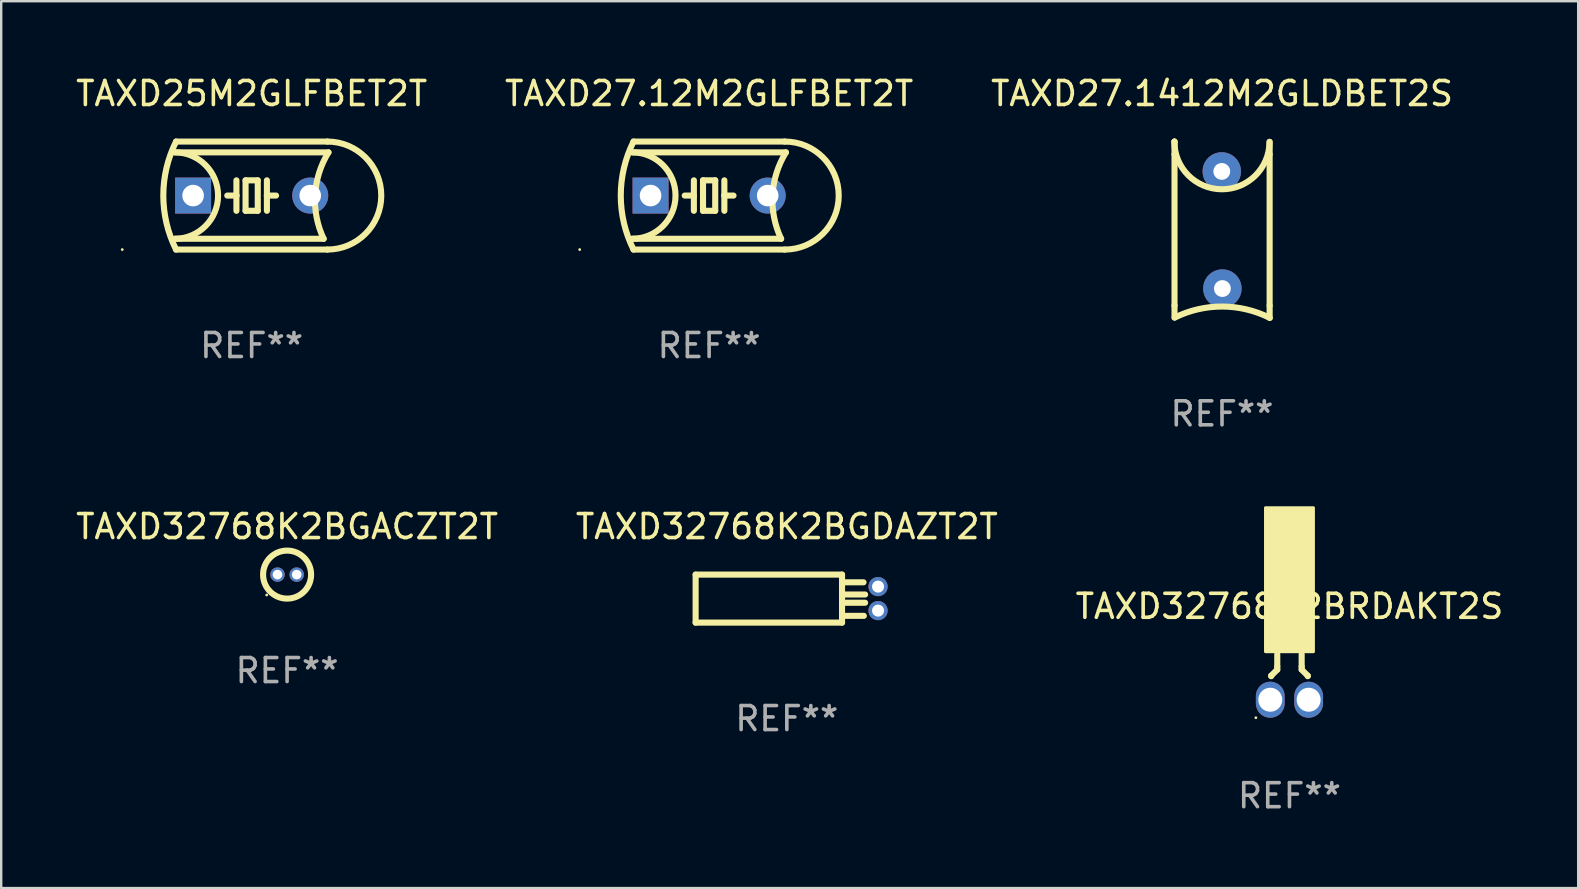
<source format=kicad_pcb>
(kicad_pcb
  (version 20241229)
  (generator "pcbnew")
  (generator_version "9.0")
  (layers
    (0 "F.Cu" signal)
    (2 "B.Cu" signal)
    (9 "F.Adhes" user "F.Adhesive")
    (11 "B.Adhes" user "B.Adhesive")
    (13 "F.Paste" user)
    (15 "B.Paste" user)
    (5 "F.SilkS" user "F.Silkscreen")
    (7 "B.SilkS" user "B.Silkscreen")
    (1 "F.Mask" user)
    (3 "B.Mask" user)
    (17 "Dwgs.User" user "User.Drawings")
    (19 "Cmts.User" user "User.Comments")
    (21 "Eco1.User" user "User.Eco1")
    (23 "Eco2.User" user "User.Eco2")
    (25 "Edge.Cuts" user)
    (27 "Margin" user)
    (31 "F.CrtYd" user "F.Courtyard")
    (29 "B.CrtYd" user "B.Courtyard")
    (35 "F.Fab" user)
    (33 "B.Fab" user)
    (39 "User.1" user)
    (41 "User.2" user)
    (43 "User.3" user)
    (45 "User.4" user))
  (footprint "TAXD32768K2BGACZT2T"
    (layer "F.Cu")
    (at 8.911 20.89)
    (property "Reference" "TAXD32768K2BGACZT2T" (at 0 -2 0) (layer "F.SilkS") (effects (font (size 1 1) (thickness 0.15))))
    (attr through_hole)
    (fp_circle (center -0.85 0.85) (end -0.82 0.85) (stroke (width 0.06) (type solid)) (fill no) (layer "F.SilkS"))
    (fp_circle (center 0 0) (end 1 0) (stroke (width 0.254) (type solid)) (fill no) (layer "F.SilkS"))
    (fp_text user "REF**" (at 0 4 0) (layer "F.Fab") (effects (font (size 1 1) (thickness 0.15))))
    (pad "1" thru_hole circle (at -0.4 0) (size 0.6 0.6) (drill 0.4) (layers "*.Cu" "*.Mask"))
    (pad "2" thru_hole circle (at 0.4 0) (size 0.6 0.6) (drill 0.4) (layers "*.Cu" "*.Mask")))
  (footprint "TAXD32768K2BGDAZT2T"
    (layer "F.Cu")
    (at 29.732 21.89)
    (property "Reference" "TAXD32768K2BGDAZT2T" (at 0 -3 0) (layer "F.SilkS") (effects (font (size 1 1) (thickness 0.15))))
    (attr through_hole)
    (fp_line (start -3.8 1) (end -3.8 -1) (stroke (width 0.254) (type solid)) (layer "F.SilkS"))
    (fp_line (start 2.3 -1) (end -3.8 -1) (stroke (width 0.254) (type solid)) (layer "F.SilkS"))
    (fp_line (start 2.3 -1) (end 2.3 1) (stroke (width 0.254) (type solid)) (layer "F.SilkS"))
    (fp_line (start 2.3 -0.679) (end 3.195 -0.679) (stroke (width 0.254) (type solid)) (layer "F.SilkS"))
    (fp_line (start 2.3 -0.171) (end 3.262 -0.171) (stroke (width 0.254) (type solid)) (layer "F.SilkS"))
    (fp_line (start 2.3 0.172) (end 3.261 0.172) (stroke (width 0.254) (type solid)) (layer "F.SilkS"))
    (fp_line (start 2.3 0.718) (end 3.208 0.718) (stroke (width 0.254) (type solid)) (layer "F.SilkS"))
    (fp_line (start 2.3 1) (end -3.8 1) (stroke (width 0.254) (type solid)) (layer "F.SilkS"))
    (fp_circle (center -3.8 -1) (end -3.77 -1) (stroke (width 0.06) (type solid)) (fill no) (layer "F.SilkS"))
    (fp_text user "REF**" (at 0 5 0) (layer "F.Fab") (effects (font (size 1 1) (thickness 0.15))))
    (pad "1" thru_hole circle (at 3.8 -0.5) (size 0.8 0.8) (drill 0.5) (layers "*.Cu" "*.Mask"))
    (pad "2" thru_hole circle (at 3.8 0.5) (size 0.8 0.8) (drill 0.5) (layers "*.Cu" "*.Mask")))
  (footprint "TAXD25M2GLFBET2T"
    (layer "F.Cu")
    (at 7.435 5.098)
    (property "Reference" "TAXD25M2GLFBET2T" (at 0 -4.25 0) (layer "F.SilkS") (effects (font (size 1 1) (thickness 0.15))))
    (attr through_hole)
    (fp_line (start -3.2 -1.8) (end 3.2 -1.8) (stroke (width 0.254) (type solid)) (layer "F.SilkS"))
    (fp_line (start -3.15 2.25) (end 3.15 2.25) (stroke (width 0.254) (type solid)) (layer "F.SilkS"))
    (fp_line (start -0.635 -0.635) (end -0.635 0) (stroke (width 0.254) (type solid)) (layer "F.SilkS"))
    (fp_line (start -0.635 0) (end -1.016 0) (stroke (width 0.254) (type solid)) (layer "F.SilkS"))
    (fp_line (start -0.635 0) (end -0.635 0.635) (stroke (width 0.254) (type solid)) (layer "F.SilkS"))
    (fp_line (start -0.254 -0.635) (end -0.254 0.635) (stroke (width 0.254) (type solid)) (layer "F.SilkS"))
    (fp_line (start -0.254 0.635) (end 0.254 0.635) (stroke (width 0.254) (type solid)) (layer "F.SilkS"))
    (fp_line (start 0.254 -0.635) (end -0.254 -0.635) (stroke (width 0.254) (type solid)) (layer "F.SilkS"))
    (fp_line (start 0.254 0.635) (end 0.254 -0.635) (stroke (width 0.254) (type solid)) (layer "F.SilkS"))
    (fp_line (start 0.635 -0.635) (end 0.635 0) (stroke (width 0.254) (type solid)) (layer "F.SilkS"))
    (fp_line (start 0.635 0) (end 0.635 0.635) (stroke (width 0.254) (type solid)) (layer "F.SilkS"))
    (fp_line (start 0.635 0) (end 1.016 0) (stroke (width 0.254) (type solid)) (layer "F.SilkS"))
    (fp_line (start 3 1.8) (end -3.2 1.8) (stroke (width 0.254) (type solid)) (layer "F.SilkS"))
    (fp_line (start 3.15 -2.25) (end -3.15 -2.25) (stroke (width 0.254) (type solid)) (layer "F.SilkS"))
    (fp_arc (start -3.200406 -1.800864) (mid -1.399974 -0.000635) (end -3.2 1.8) (stroke (width 0.254001) (type solid)) (layer "F.SilkS"))
    (fp_arc (start -3.149606 2.250444) (mid -3.680941 0.000261) (end -3.149987 -2.250013) (stroke (width 0.254001) (type solid)) (layer "F.SilkS"))
    (fp_arc (start 2.999746 1.800863) (mid 2.642982 -0.024977) (end 3.2 -1.8) (stroke (width 0.254001) (type solid)) (layer "F.SilkS"))
    (fp_arc (start 3.149607 -2.250445) (mid 5.399848 -0.000406) (end 3.149987 2.250013) (stroke (width 0.254001) (type solid)) (layer "F.SilkS"))
    (fp_circle (center -5.392 2.25) (end -5.362 2.25) (stroke (width 0.06) (type solid)) (fill no) (layer "F.SilkS"))
    (fp_text user "REF**" (at 0 6.25 0) (layer "F.Fab") (effects (font (size 1 1) (thickness 0.15))))
    (pad "1" thru_hole rect (at -2.44 0) (size 1.5 1.5) (drill 0.9) (layers "*.Cu" "*.Mask"))
    (pad "2" thru_hole circle (at 2.44 0) (size 1.5 1.5) (drill 0.9) (layers "*.Cu" "*.Mask")))
  (footprint "TAXD27.12M2GLFBET2T"
    (layer "F.Cu")
    (at 26.494 5.098)
    (property "Reference" "TAXD27.12M2GLFBET2T" (at 0 -4.25 0) (layer "F.SilkS") (effects (font (size 1 1) (thickness 0.15))))
    (attr through_hole)
    (fp_line (start -3.2 -1.8) (end 3.2 -1.8) (stroke (width 0.254) (type solid)) (layer "F.SilkS"))
    (fp_line (start -3.15 2.25) (end 3.15 2.25) (stroke (width 0.254) (type solid)) (layer "F.SilkS"))
    (fp_line (start -0.635 -0.635) (end -0.635 0) (stroke (width 0.254) (type solid)) (layer "F.SilkS"))
    (fp_line (start -0.635 0) (end -1.016 0) (stroke (width 0.254) (type solid)) (layer "F.SilkS"))
    (fp_line (start -0.635 0) (end -0.635 0.635) (stroke (width 0.254) (type solid)) (layer "F.SilkS"))
    (fp_line (start -0.254 -0.635) (end -0.254 0.635) (stroke (width 0.254) (type solid)) (layer "F.SilkS"))
    (fp_line (start -0.254 0.635) (end 0.254 0.635) (stroke (width 0.254) (type solid)) (layer "F.SilkS"))
    (fp_line (start 0.254 -0.635) (end -0.254 -0.635) (stroke (width 0.254) (type solid)) (layer "F.SilkS"))
    (fp_line (start 0.254 0.635) (end 0.254 -0.635) (stroke (width 0.254) (type solid)) (layer "F.SilkS"))
    (fp_line (start 0.635 -0.635) (end 0.635 0) (stroke (width 0.254) (type solid)) (layer "F.SilkS"))
    (fp_line (start 0.635 0) (end 0.635 0.635) (stroke (width 0.254) (type solid)) (layer "F.SilkS"))
    (fp_line (start 0.635 0) (end 1.016 0) (stroke (width 0.254) (type solid)) (layer "F.SilkS"))
    (fp_line (start 3 1.8) (end -3.2 1.8) (stroke (width 0.254) (type solid)) (layer "F.SilkS"))
    (fp_line (start 3.15 -2.25) (end -3.15 -2.25) (stroke (width 0.254) (type solid)) (layer "F.SilkS"))
    (fp_arc (start -3.200406 -1.800864) (mid -1.399974 -0.000635) (end -3.2 1.8) (stroke (width 0.254001) (type solid)) (layer "F.SilkS"))
    (fp_arc (start -3.149606 2.250444) (mid -3.680941 0.000261) (end -3.149987 -2.250013) (stroke (width 0.254001) (type solid)) (layer "F.SilkS"))
    (fp_arc (start 2.999746 1.800863) (mid 2.642982 -0.024977) (end 3.2 -1.8) (stroke (width 0.254001) (type solid)) (layer "F.SilkS"))
    (fp_arc (start 3.149607 -2.250445) (mid 5.399848 -0.000406) (end 3.149987 2.250013) (stroke (width 0.254001) (type solid)) (layer "F.SilkS"))
    (fp_circle (center -5.392 2.25) (end -5.362 2.25) (stroke (width 0.06) (type solid)) (fill no) (layer "F.SilkS"))
    (fp_text user "REF**" (at 0 6.25 0) (layer "F.Fab") (effects (font (size 1 1) (thickness 0.15))))
    (pad "1" thru_hole rect (at -2.44 0) (size 1.5 1.5) (drill 0.9) (layers "*.Cu" "*.Mask"))
    (pad "2" thru_hole circle (at 2.44 0) (size 1.5 1.5) (drill 0.9) (layers "*.Cu" "*.Mask")))
  (footprint "TAXD32768K2BRDAKT2S"
    (layer "F.Cu")
    (at 50.673 25.158)
    (property "Reference" "TAXD32768K2BRDAKT2S" (at 0 -2.945 0) (layer "F.SilkS") (effects (font (size 1 1) (thickness 0.15))))
    (attr through_hole)
    (fp_line (start -0.762 -0.055) (end -0.762 -0.036) (stroke (width 0.254) (type solid)) (layer "F.SilkS"))
    (fp_line (start -0.508 -0.436) (end -0.508 -0.945) (stroke (width 0.254) (type solid)) (layer "F.SilkS"))
    (fp_line (start -0.508 -0.436) (end -0.508 -0.309) (stroke (width 0.254) (type solid)) (layer "F.SilkS"))
    (fp_line (start -0.508 -0.309) (end -0.762 -0.055) (stroke (width 0.254) (type solid)) (layer "F.SilkS"))
    (fp_line (start 0.508 -0.436) (end 0.508 -0.945) (stroke (width 0.254) (type solid)) (layer "F.SilkS"))
    (fp_line (start 0.508 -0.436) (end 0.508 -0.31) (stroke (width 0.254) (type solid)) (layer "F.SilkS"))
    (fp_line (start 0.508 -0.31) (end 0.762 -0.055) (stroke (width 0.254) (type solid)) (layer "F.SilkS"))
    (fp_line (start 0.762 -0.055) (end 0.762 -0.036) (stroke (width 0.254) (type solid)) (layer "F.SilkS"))
    (fp_circle (center -1.4 1.695) (end -1.37 1.695) (stroke (width 0.06) (type solid)) (fill no) (layer "F.SilkS"))
    (fp_poly (pts (xy -1 -7.055) (xy 1 -7.055) (xy 1 -1.055) (xy -1 -1.055)) (stroke (width 0.12) (type solid)) (fill yes) (layer "F.SilkS"))
    (fp_text user "REF**" (at 0 4.945 0) (layer "F.Fab") (effects (font (size 1 1) (thickness 0.15))))
    (pad "1" thru_hole oval (at -0.8 0.945) (size 1.2 1.5) (drill 1) (layers "*.Cu" "*.Mask"))
    (pad "2" thru_hole oval (at 0.8 0.945) (size 1.2 1.5) (drill 1) (layers "*.Cu" "*.Mask")))
  (footprint "TAXD27.1412M2GLDBET2S"
    (layer "F.Cu")
    (at 47.863 6.521)
    (property "Reference" "TAXD27.1412M2GLDBET2S" (at 0 -5.673 0) (layer "F.SilkS") (effects (font (size 1 1) (thickness 0.15))))
    (attr through_hole)
    (fp_line (start -1.979 -3.668) (end -1.984 -3.673) (stroke (width 0.254) (type solid)) (layer "F.SilkS"))
    (fp_line (start -1.979 -3.139) (end -1.979 -3.668) (stroke (width 0.254) (type solid)) (layer "F.SilkS"))
    (fp_line (start -1.979 3.161) (end -1.979 -3.139) (stroke (width 0.254) (type solid)) (layer "F.SilkS"))
    (fp_line (start -1.979 3.161) (end -1.979 3.66) (stroke (width 0.254) (type solid)) (layer "F.SilkS"))
    (fp_line (start 1.984 -3.139) (end 1.984 -3.66) (stroke (width 0.254) (type solid)) (layer "F.SilkS"))
    (fp_line (start 1.984 3.161) (end 1.984 -3.139) (stroke (width 0.254) (type solid)) (layer "F.SilkS"))
    (fp_line (start 1.984 3.161) (end 1.984 3.673) (stroke (width 0.254) (type solid)) (layer "F.SilkS"))
    (fp_arc (start -1.971793 3.660084) (mid 0.010903 3.200745) (end 1.990614 3.672784) (stroke (width 0.254001) (type solid)) (layer "F.SilkS"))
    (fp_arc (start 1.978677 -3.660084) (mid -0.008857 -1.691589) (end -1.983732 -3.672783) (stroke (width 0.254001) (type solid)) (layer "F.SilkS"))
    (fp_circle (center -1.866 -5.526) (end -1.836 -5.526) (stroke (width 0.06) (type solid)) (fill no) (layer "F.SilkS"))
    (fp_text user "REF**" (at 0 7.673 0) (layer "F.Fab") (effects (font (size 1 1) (thickness 0.15))))
    (pad "1" thru_hole circle (at -0.01 -2.429) (size 1.6 1.6) (drill 0.7) (layers "*.Cu" "*.Mask"))
    (pad "2" thru_hole circle (at 0.015 2.451) (size 1.6 1.6) (drill 0.7) (layers "*.Cu" "*.Mask")))
  (gr_rect
    (start -3 -3)
    (end 62.702 33.95)
    (stroke (width 0.1) (type default))
    (fill no)
    (layer "Edge.Cuts")))
</source>
